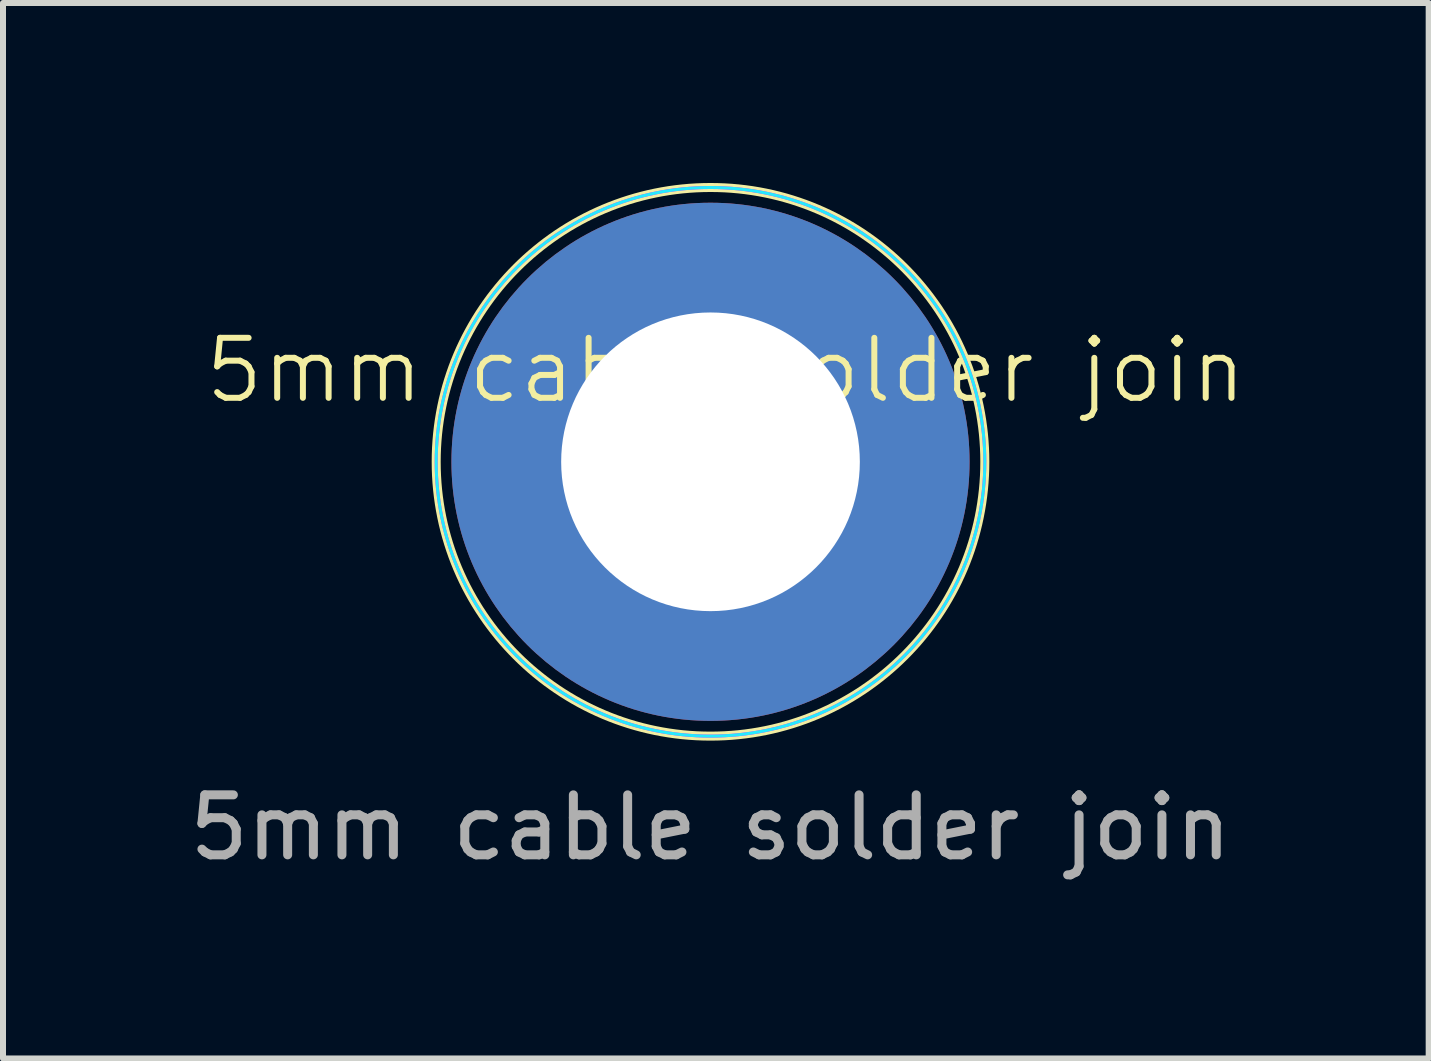
<source format=kicad_pcb>
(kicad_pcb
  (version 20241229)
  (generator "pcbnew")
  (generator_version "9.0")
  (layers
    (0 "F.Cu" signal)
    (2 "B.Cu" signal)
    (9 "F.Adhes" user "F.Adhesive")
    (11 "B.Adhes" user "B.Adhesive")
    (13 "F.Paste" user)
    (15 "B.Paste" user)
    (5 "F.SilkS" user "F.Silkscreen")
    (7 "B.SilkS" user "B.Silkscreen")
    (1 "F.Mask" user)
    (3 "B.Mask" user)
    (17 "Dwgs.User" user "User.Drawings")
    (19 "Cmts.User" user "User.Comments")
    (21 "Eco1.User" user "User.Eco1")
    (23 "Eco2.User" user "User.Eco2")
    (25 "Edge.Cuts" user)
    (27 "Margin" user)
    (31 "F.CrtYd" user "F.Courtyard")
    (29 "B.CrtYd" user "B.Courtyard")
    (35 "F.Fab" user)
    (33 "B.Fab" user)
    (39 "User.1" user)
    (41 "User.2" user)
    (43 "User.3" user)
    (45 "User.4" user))
  (footprint "5mm cable solder join"
    (layer "F.Cu")
    (at 8.792 4.647)
    (property "Reference" "5mm cable solder join" (at 0.254 -1.524 0) (unlocked yes) (layer "F.SilkS") (effects (font (size 1 1) (thickness 0.1))))
    (attr smd)
    (fp_circle (center 0 0) (end 4.572 0) (stroke (width 0.15) (type solid)) (fill no) (layer "F.SilkS"))
    (fp_circle (center 0 0) (end 4.572 0) (stroke (width 0.05) (type default)) (fill no) (layer "B.CrtYd"))
    (fp_circle (center 0 0) (end 4.572 0) (stroke (width 0.05) (type default)) (fill no) (layer "F.CrtYd"))
    (fp_text user "${REFERENCE}" (at 0 6.096 0) (unlocked yes) (layer "F.Fab") (effects (font (size 1 1) (thickness 0.15))))
    (pad "1" thru_hole circle (at 0 0) (size 8.636 8.636) (drill 4.978) (layers "*.Cu" "*.Mask")))
  (gr_rect
    (start -3 -3)
    (end 20.762 14.591)
    (stroke (width 0.1) (type default))
    (fill no)
    (layer "Edge.Cuts")))
</source>
